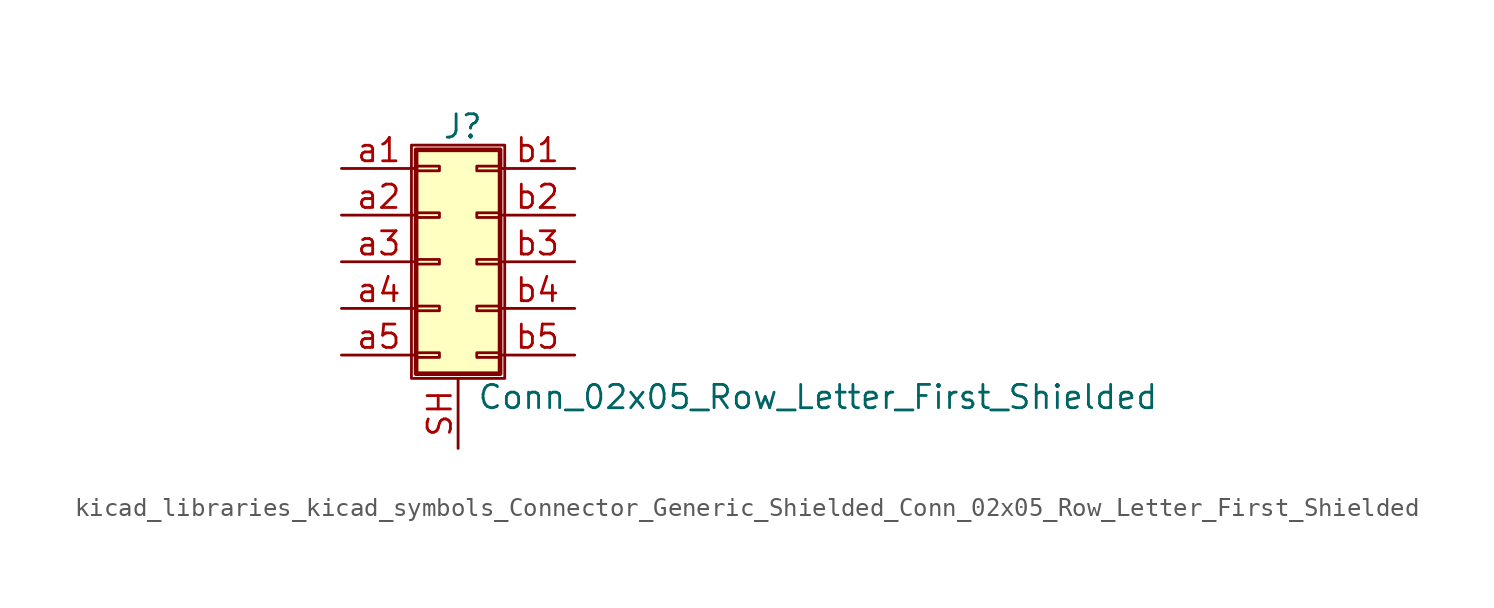
<source format=kicad_sym>
(kicad_symbol_lib
  (version 20220914)
  (generator kicad_symbol_editor)
  (symbol "kicad_libraries_kicad_symbols_Connector_Generic_Shielded_Conn_02x05_Row_Letter_First_Shielded"
    (pin_names
      (offset 1.016) hide)
    (property "Reference" "J"
      (at 1.524 7.366 0)
      (effects (font (size 1.27 1.27))))
    (property "Value" "Conn_02x05_Row_Letter_First_Shielded"
      (at 2.286 -7.366 0)
      (effects (font (size 1.27 1.27)) (justify left)))
    (symbol "kicad_libraries_kicad_symbols_Connector_Generic_Shielded_Conn_02x05_Row_Letter_First_Shielded_1_1"
      (rectangle (start -1.27 6.35) (end 3.81 -6.35) (stroke (width 0.152) (type default)) (fill (type none)))
      (rectangle (start -1.016 -4.953) (end 0.254 -5.207) (stroke (width 0.152) (type default)) (fill (type none)))
      (rectangle (start -1.016 -2.413) (end 0.254 -2.667) (stroke (width 0.152) (type default)) (fill (type none)))
      (rectangle (start -1.016 0.127) (end 0.254 -0.127) (stroke (width 0.152) (type default)) (fill (type none)))
      (rectangle (start -1.016 2.667) (end 0.254 2.413) (stroke (width 0.152) (type default)) (fill (type none)))
      (rectangle (start -1.016 5.207) (end 0.254 4.953) (stroke (width 0.152) (type default)) (fill (type none)))
      (rectangle (start -1.016 6.096) (end 3.556 -6.096) (stroke (width 0.254) (type default)) (fill (type background)))
      (rectangle (start 3.556 -4.953) (end 2.286 -5.207) (stroke (width 0.152) (type default)) (fill (type none)))
      (rectangle (start 3.556 -2.413) (end 2.286 -2.667) (stroke (width 0.152) (type default)) (fill (type none)))
      (rectangle (start 3.556 0.127) (end 2.286 -0.127) (stroke (width 0.152) (type default)) (fill (type none)))
      (rectangle (start 3.556 2.667) (end 2.286 2.413) (stroke (width 0.152) (type default)) (fill (type none)))
      (rectangle (start 3.556 5.207) (end 2.286 4.953) (stroke (width 0.152) (type default)) (fill (type none)))
      (pin passive line (at 1.27 -10.16 90) (length 3.81) (name "Shield" (effects (font (size 1.27 1.27)))) (number "SH" (effects (font (size 1.27 1.27)))))
      (pin passive line (at -5.08 5.08 0) (length 4.064) (name "Pin_a1" (effects (font (size 1.27 1.27)))) (number "a1" (effects (font (size 1.27 1.27)))))
      (pin passive line (at -5.08 2.54 0) (length 4.064) (name "Pin_a2" (effects (font (size 1.27 1.27)))) (number "a2" (effects (font (size 1.27 1.27)))))
      (pin passive line (at -5.08 0 0) (length 4.064) (name "Pin_a3" (effects (font (size 1.27 1.27)))) (number "a3" (effects (font (size 1.27 1.27)))))
      (pin passive line (at -5.08 -2.54 0) (length 4.064) (name "Pin_a4" (effects (font (size 1.27 1.27)))) (number "a4" (effects (font (size 1.27 1.27)))))
      (pin passive line (at -5.08 -5.08 0) (length 4.064) (name "Pin_a5" (effects (font (size 1.27 1.27)))) (number "a5" (effects (font (size 1.27 1.27)))))
      (pin passive line (at 7.62 5.08 180) (length 4.064) (name "Pin_b1" (effects (font (size 1.27 1.27)))) (number "b1" (effects (font (size 1.27 1.27)))))
      (pin passive line (at 7.62 2.54 180) (length 4.064) (name "Pin_b2" (effects (font (size 1.27 1.27)))) (number "b2" (effects (font (size 1.27 1.27)))))
      (pin passive line (at 7.62 0 180) (length 4.064) (name "Pin_b3" (effects (font (size 1.27 1.27)))) (number "b3" (effects (font (size 1.27 1.27)))))
      (pin passive line (at 7.62 -2.54 180) (length 4.064) (name "Pin_b4" (effects (font (size 1.27 1.27)))) (number "b4" (effects (font (size 1.27 1.27)))))
      (pin passive line (at 7.62 -5.08 180) (length 4.064) (name "Pin_b5" (effects (font (size 1.27 1.27)))) (number "b5" (effects (font (size 1.27 1.27))))))))
</source>
